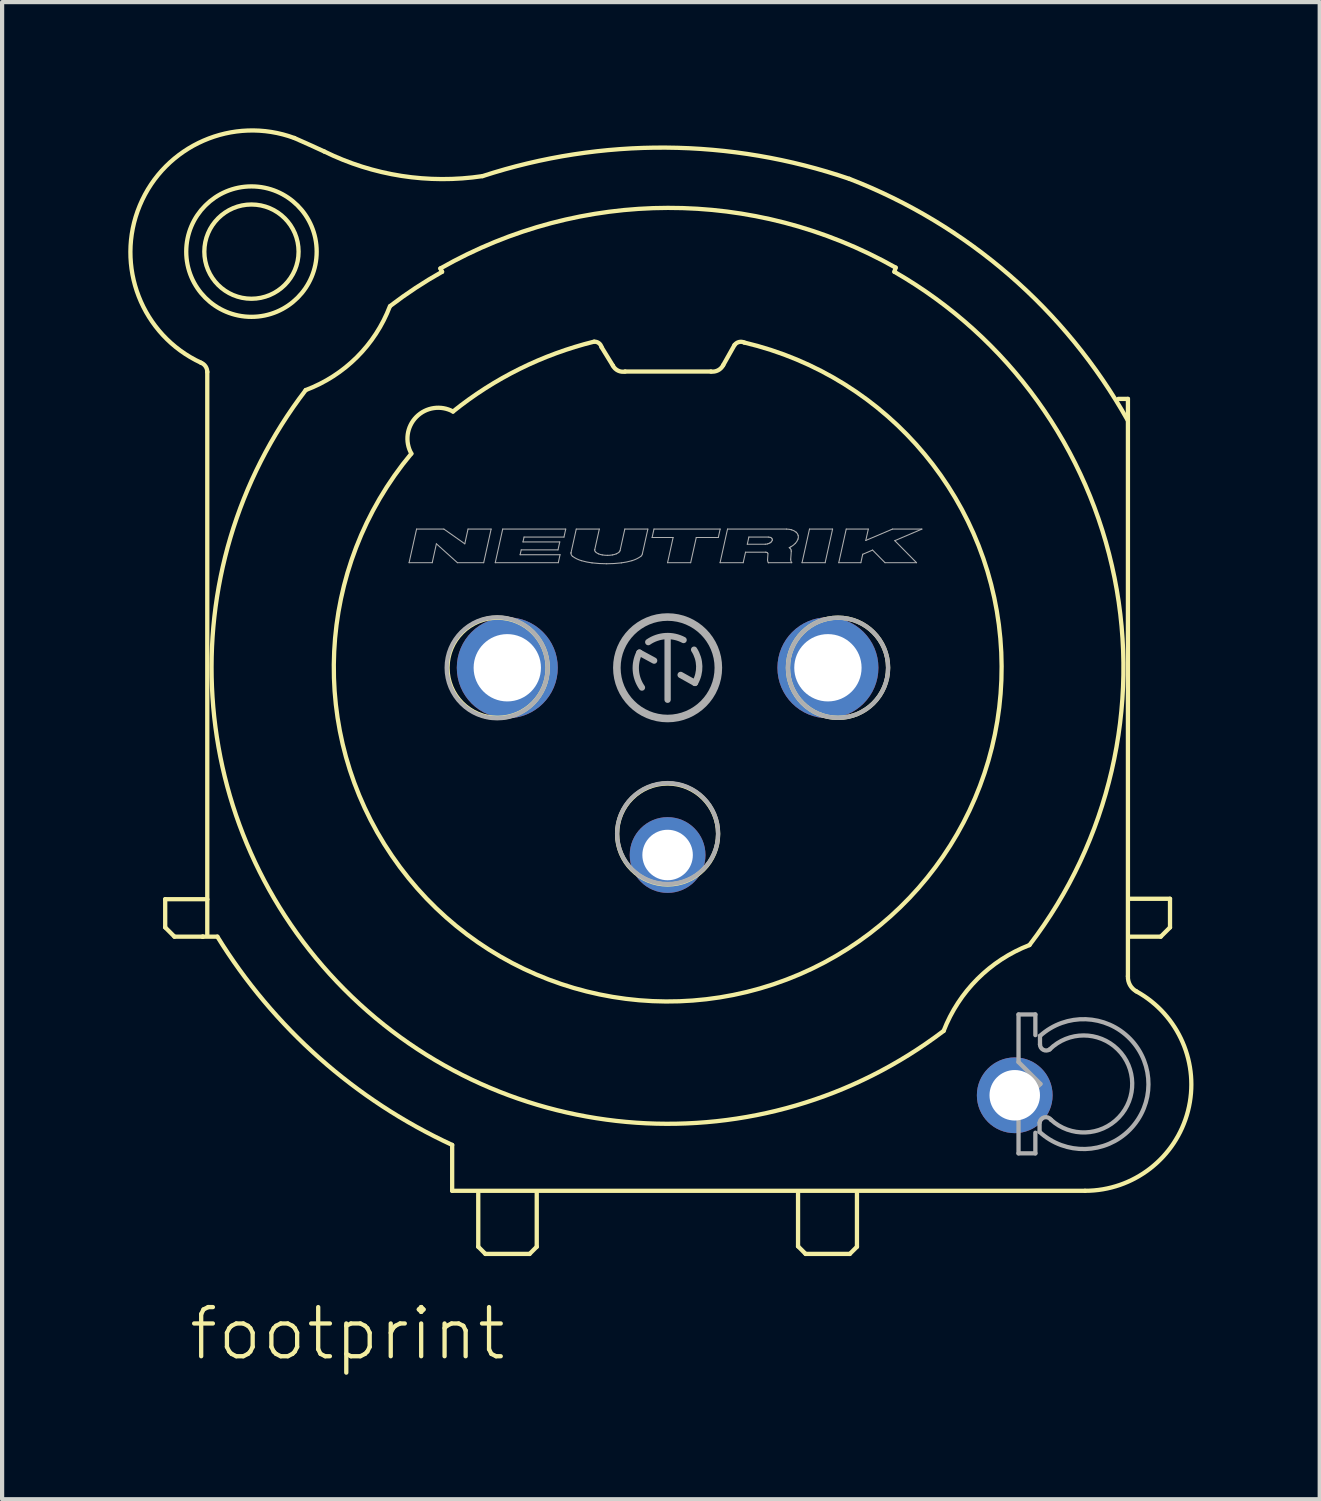
<source format=kicad_pcb>
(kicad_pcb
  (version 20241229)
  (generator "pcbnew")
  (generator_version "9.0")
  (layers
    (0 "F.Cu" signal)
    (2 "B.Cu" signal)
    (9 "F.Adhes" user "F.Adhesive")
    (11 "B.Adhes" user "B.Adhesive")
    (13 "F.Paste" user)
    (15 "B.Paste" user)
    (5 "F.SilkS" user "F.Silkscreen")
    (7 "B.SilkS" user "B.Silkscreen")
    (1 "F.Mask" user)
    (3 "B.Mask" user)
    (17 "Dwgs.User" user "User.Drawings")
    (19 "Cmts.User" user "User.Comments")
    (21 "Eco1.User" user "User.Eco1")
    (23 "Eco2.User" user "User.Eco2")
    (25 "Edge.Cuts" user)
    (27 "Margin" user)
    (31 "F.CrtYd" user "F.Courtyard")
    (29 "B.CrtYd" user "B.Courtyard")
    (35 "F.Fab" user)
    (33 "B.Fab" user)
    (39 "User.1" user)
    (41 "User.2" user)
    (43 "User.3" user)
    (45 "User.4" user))
  (footprint "footprint"
    (layer "F.Cu")
    (at 12.816 12.82)
    (property "Reference" "footprint" (at -11.43 16.51 0) (layer "F.SilkS") (effects (font (size 1.168 1.168) (thickness 0.102)) (justify left bottom)))
    (fp_line (start -11.94 5.5) (end -10.94 5.5) (stroke (width 0.102) (type solid)) (layer "F.SilkS"))
    (fp_line (start -11.94 6.17) (end -11.94 5.5) (stroke (width 0.102) (type solid)) (layer "F.SilkS"))
    (fp_line (start -11.72 6.39) (end -11.94 6.17) (stroke (width 0.102) (type solid)) (layer "F.SilkS"))
    (fp_line (start -11.05 6.39) (end -11.72 6.39) (stroke (width 0.102) (type solid)) (layer "F.SilkS"))
    (fp_line (start -11.05 6.39) (end -10.7 6.39) (stroke (width 0.102) (type solid)) (layer "F.SilkS"))
    (fp_line (start -11.04 6.39) (end -11.05 6.39) (stroke (width 0.102) (type solid)) (layer "F.SilkS"))
    (fp_line (start -10.94 5.5) (end -10.94 -7.03) (stroke (width 0.102) (type solid)) (layer "F.SilkS"))
    (fp_line (start -10.94 6.35) (end -10.94 5.52) (stroke (width 0.102) (type solid)) (layer "F.SilkS"))
    (fp_line (start -5.4 -9.49) (end -5.36 -9.41) (stroke (width 0.102) (type solid)) (layer "F.SilkS"))
    (fp_line (start -5.12 11.34) (end -5.12 12.43) (stroke (width 0.102) (type solid)) (layer "F.SilkS"))
    (fp_line (start -5.12 12.43) (end 9.92 12.43) (stroke (width 0.102) (type solid)) (layer "F.SilkS"))
    (fp_line (start -4.5 12.49) (end -4.5 13.76) (stroke (width 0.102) (type solid)) (layer "F.SilkS"))
    (fp_line (start -4.5 13.76) (end -4.33 13.93) (stroke (width 0.102) (type solid)) (layer "F.SilkS"))
    (fp_line (start -4.33 13.93) (end -3.28 13.93) (stroke (width 0.102) (type solid)) (layer "F.SilkS"))
    (fp_line (start -3.28 13.93) (end -3.11 13.76) (stroke (width 0.102) (type solid)) (layer "F.SilkS"))
    (fp_line (start -3.11 13.76) (end -3.11 12.47) (stroke (width 0.102) (type solid)) (layer "F.SilkS"))
    (fp_line (start -1.3 -7.18) (end -1.57 -7.62) (stroke (width 0.102) (type solid)) (layer "F.SilkS"))
    (fp_line (start 1.03 -7.04) (end -1.01 -7.04) (stroke (width 0.102) (type solid)) (layer "F.SilkS"))
    (fp_line (start 1.59 -7.67) (end 1.32 -7.19) (stroke (width 0.102) (type solid)) (layer "F.SilkS"))
    (fp_line (start 3.1 12.49) (end 3.1 13.75) (stroke (width 0.102) (type solid)) (layer "F.SilkS"))
    (fp_line (start 3.1 13.75) (end 3.28 13.93) (stroke (width 0.102) (type solid)) (layer "F.SilkS"))
    (fp_line (start 3.28 13.93) (end 4.33 13.93) (stroke (width 0.102) (type solid)) (layer "F.SilkS"))
    (fp_line (start 4.33 13.93) (end 4.5 13.76) (stroke (width 0.102) (type solid)) (layer "F.SilkS"))
    (fp_line (start 4.5 13.76) (end 4.5 12.48) (stroke (width 0.102) (type solid)) (layer "F.SilkS"))
    (fp_line (start 5.39 -9.41) (end 5.42 -9.51) (stroke (width 0.102) (type solid)) (layer "F.SilkS"))
    (fp_line (start 10.94 -6.39) (end 10.71 -6.39) (stroke (width 0.102) (type solid)) (layer "F.SilkS"))
    (fp_line (start 10.94 7.33) (end 10.94 -6.39) (stroke (width 0.102) (type solid)) (layer "F.SilkS"))
    (fp_line (start 10.99 6.39) (end 11.72 6.39) (stroke (width 0.102) (type solid)) (layer "F.SilkS"))
    (fp_line (start 11.72 6.39) (end 11.94 6.17) (stroke (width 0.102) (type solid)) (layer "F.SilkS"))
    (fp_line (start 11.94 5.49) (end 10.99 5.49) (stroke (width 0.102) (type solid)) (layer "F.SilkS"))
    (fp_line (start 11.94 6.17) (end 11.94 5.49) (stroke (width 0.102) (type solid)) (layer "F.SilkS"))
    (fp_arc (start -11.090001 -7.25) (mid -10.981063 -7.163139) (end -10.94 -7.03) (stroke (width 0.1016) (type solid)) (layer "F.SilkS"))
    (fp_arc (start -11.09 -7.25) (mid -12.543512 -10.985729) (end -8.87 -12.59) (stroke (width 0.1016) (type solid)) (layer "F.SilkS"))
    (fp_arc (start -8.87 -12.59) (mid -8.514255 -12.431652) (end -8.16 -12.27) (stroke (width 0.1016) (type solid)) (layer "F.SilkS"))
    (fp_arc (start -6.600001 -8.589999) (mid -7.385884 -7.379807) (end -8.6 -6.6) (stroke (width 0.1016) (type solid)) (layer "F.SilkS"))
    (fp_arc (start -6.59 -8.6) (mid -5.989419 -9.026896) (end -5.36 -9.41) (stroke (width 0.1016) (type solid)) (layer "F.SilkS"))
    (fp_arc (start -6.09 -5.09) (mid -5.970889 -5.96213) (end -5.1 -6.09) (stroke (width 0.1016) (type solid)) (layer "F.SilkS"))
    (fp_arc (start -5.4 -9.49) (mid 0.007357 -10.929608) (end 5.42 -9.51) (stroke (width 0.1016) (type solid)) (layer "F.SilkS"))
    (fp_arc (start -5.12 11.34) (mid -8.274827 9.27626) (end -10.7 6.39) (stroke (width 0.1016) (type solid)) (layer "F.SilkS"))
    (fp_arc (start -5.1 -6.09) (mid -3.515654 -7.102947) (end -1.75 -7.75) (stroke (width 0.1016) (type solid)) (layer "F.SilkS"))
    (fp_arc (start -4.3995 -11.6841) (mid -6.324542 -11.689559) (end -8.16 -12.27) (stroke (width 0.1016) (type solid)) (layer "F.SilkS"))
    (fp_arc (start -4.3975 -11.6846) (mid -0.033884 -12.361644) (end 4.3192 -11.6199) (stroke (width 0.1016) (type solid)) (layer "F.SilkS"))
    (fp_arc (start -1.739999 -7.749999) (mid -1.632374 -7.714587) (end -1.57 -7.62) (stroke (width 0.1016) (type solid)) (layer "F.SilkS"))
    (fp_arc (start -1.01 -7.04) (mid -1.178221 -7.061899) (end -1.299999 -7.18) (stroke (width 0.1016) (type solid)) (layer "F.SilkS"))
    (fp_arc (start 1.32 -7.19) (mid 1.198655 -7.069267) (end 1.03 -7.04) (stroke (width 0.1016) (type solid)) (layer "F.SilkS"))
    (fp_arc (start 1.59 -7.67) (mid 1.694294 -7.741041) (end 1.82 -7.73) (stroke (width 0.1016) (type solid)) (layer "F.SilkS"))
    (fp_arc (start 1.820001 -7.729999) (mid 2.514914 7.522132) (end -6.09 -5.09) (stroke (width 0.1016) (type solid)) (layer "F.SilkS"))
    (fp_arc (start 4.3216 -11.6192) (mid 8.124315 -9.329617) (end 10.929999 -5.89) (stroke (width 0.1016) (type solid)) (layer "F.SilkS"))
    (fp_arc (start 5.390001 -9.409999) (mid 10.621564 -2.137578) (end 8.6 6.59) (stroke (width 0.1016) (type solid)) (layer "F.SilkS"))
    (fp_arc (start 6.559998 8.630002) (mid -7.680583 7.644968) (end -8.6 -6.6) (stroke (width 0.1016) (type solid)) (layer "F.SilkS"))
    (fp_arc (start 6.56 8.63) (mid 7.3644 7.3944) (end 8.6 6.59) (stroke (width 0.1016) (type solid)) (layer "F.SilkS"))
    (fp_arc (start 11.14 7.689999) (mid 12.367244 10.532876) (end 9.92 12.43) (stroke (width 0.1016) (type solid)) (layer "F.SilkS"))
    (fp_arc (start 11.14 7.69) (mid 10.988255 7.538747) (end 10.94 7.33) (stroke (width 0.1016) (type solid)) (layer "F.SilkS"))
    (fp_circle (center -9.89 -9.89) (end -8.77 -9.89) (stroke (width 0.102) (type solid)) (fill no) (layer "F.SilkS"))
    (fp_circle (center -9.89 -9.89) (end -8.34 -9.89) (stroke (width 0.102) (type solid)) (fill no) (layer "F.SilkS"))
    (fp_circle (center -4.04 0) (end -2.85 0) (stroke (width 0.102) (type solid)) (fill no) (layer "F.SilkS"))
    (fp_circle (center 0 3.95) (end 1.2 3.95) (stroke (width 0.102) (type solid)) (fill no) (layer "F.SilkS"))
    (fp_circle (center 4.05 0) (end 5.24 0) (stroke (width 0.102) (type solid)) (fill no) (layer "F.SilkS"))
    (fp_line (start -6.144 -2.497) (end -5.966 -3.296) (stroke (width 0.025) (type solid)) (layer "F.Fab"))
    (fp_line (start -6.144 -2.497) (end -5.594 -2.497) (stroke (width 0.025) (type solid)) (layer "F.Fab"))
    (fp_line (start -5.966 -3.296) (end -5.317 -3.296) (stroke (width 0.025) (type solid)) (layer "F.Fab"))
    (fp_line (start -5.594 -2.497) (end -5.495 -2.946) (stroke (width 0.025) (type solid)) (layer "F.Fab"))
    (fp_line (start -5.495 -2.946) (end -4.995 -2.497) (stroke (width 0.025) (type solid)) (layer "F.Fab"))
    (fp_line (start -5.317 -3.296) (end -4.82 -2.946) (stroke (width 0.025) (type solid)) (layer "F.Fab"))
    (fp_line (start -4.995 -2.497) (end -4.371 -2.497) (stroke (width 0.025) (type solid)) (layer "F.Fab"))
    (fp_line (start -4.82 -2.946) (end -4.743 -3.296) (stroke (width 0.025) (type solid)) (layer "F.Fab"))
    (fp_line (start -4.743 -3.296) (end -4.194 -3.296) (stroke (width 0.025) (type solid)) (layer "F.Fab"))
    (fp_line (start -4.371 -2.497) (end -4.194 -3.296) (stroke (width 0.025) (type solid)) (layer "F.Fab"))
    (fp_line (start -4.096 -2.497) (end -3.919 -3.296) (stroke (width 0.025) (type solid)) (layer "F.Fab"))
    (fp_line (start -4.096 -2.497) (end -2.598 -2.497) (stroke (width 0.025) (type solid)) (layer "F.Fab"))
    (fp_line (start -3.919 -3.296) (end -2.421 -3.296) (stroke (width 0.025) (type solid)) (layer "F.Fab"))
    (fp_line (start -3.505 -2.687) (end -3.479 -2.802) (stroke (width 0.025) (type solid)) (layer "F.Fab"))
    (fp_line (start -3.505 -2.687) (end -2.556 -2.687) (stroke (width 0.025) (type solid)) (layer "F.Fab"))
    (fp_line (start -3.479 -2.802) (end -2.605 -2.802) (stroke (width 0.025) (type solid)) (layer "F.Fab"))
    (fp_line (start -3.437 -2.991) (end -3.412 -3.106) (stroke (width 0.025) (type solid)) (layer "F.Fab"))
    (fp_line (start -3.437 -2.991) (end -2.563 -2.991) (stroke (width 0.025) (type solid)) (layer "F.Fab"))
    (fp_line (start -3.412 -3.106) (end -2.463 -3.106) (stroke (width 0.025) (type solid)) (layer "F.Fab"))
    (fp_line (start -2.605 -2.802) (end -2.563 -2.991) (stroke (width 0.025) (type solid)) (layer "F.Fab"))
    (fp_line (start -2.598 -2.497) (end -2.556 -2.687) (stroke (width 0.025) (type solid)) (layer "F.Fab"))
    (fp_line (start -2.463 -3.106) (end -2.421 -3.296) (stroke (width 0.025) (type solid)) (layer "F.Fab"))
    (fp_line (start -2.294 -2.741) (end -2.171 -3.296) (stroke (width 0.025) (type solid)) (layer "F.Fab"))
    (fp_line (start -2.171 -3.296) (end -1.623 -3.296) (stroke (width 0.025) (type solid)) (layer "F.Fab"))
    (fp_line (start -1.731 -2.81) (end -1.623 -3.296) (stroke (width 0.025) (type solid)) (layer "F.Fab"))
    (fp_line (start -1.13 -2.784) (end -1.017 -3.296) (stroke (width 0.025) (type solid)) (layer "F.Fab"))
    (fp_line (start -1.017 -3.296) (end -0.469 -3.296) (stroke (width 0.025) (type solid)) (layer "F.Fab"))
    (fp_line (start -0.67 -0.36) (end -0.32 -0.17) (stroke (width 0.15) (type solid)) (layer "F.Fab"))
    (fp_line (start -0.601 -2.702) (end -0.469 -3.296) (stroke (width 0.025) (type solid)) (layer "F.Fab"))
    (fp_line (start -0.368 -3.096) (end -0.324 -3.296) (stroke (width 0.025) (type solid)) (layer "F.Fab"))
    (fp_line (start -0.368 -3.096) (end 0.131 -3.096) (stroke (width 0.025) (type solid)) (layer "F.Fab"))
    (fp_line (start -0.324 -3.296) (end 1.249 -3.296) (stroke (width 0.025) (type solid)) (layer "F.Fab"))
    (fp_line (start -0.001 -2.497) (end 0.131 -3.096) (stroke (width 0.025) (type solid)) (layer "F.Fab"))
    (fp_line (start -0.001 -2.497) (end 0.548 -2.497) (stroke (width 0.025) (type solid)) (layer "F.Fab"))
    (fp_line (start 0 0.76) (end 0 -0.74) (stroke (width 0.15) (type solid)) (layer "F.Fab"))
    (fp_line (start 0.31 0.17) (end 0.65 0.36) (stroke (width 0.15) (type solid)) (layer "F.Fab"))
    (fp_line (start 0.548 -2.497) (end 0.681 -3.096) (stroke (width 0.025) (type solid)) (layer "F.Fab"))
    (fp_line (start 0.681 -3.096) (end 1.205 -3.096) (stroke (width 0.025) (type solid)) (layer "F.Fab"))
    (fp_line (start 1.205 -3.096) (end 1.249 -3.296) (stroke (width 0.025) (type solid)) (layer "F.Fab"))
    (fp_line (start 1.247 -2.497) (end 1.424 -3.296) (stroke (width 0.025) (type solid)) (layer "F.Fab"))
    (fp_line (start 1.247 -2.497) (end 1.796 -2.497) (stroke (width 0.025) (type solid)) (layer "F.Fab"))
    (fp_line (start 1.424 -3.296) (end 2.826 -3.296) (stroke (width 0.025) (type solid)) (layer "F.Fab"))
    (fp_line (start 1.796 -2.497) (end 1.852 -2.747) (stroke (width 0.025) (type solid)) (layer "F.Fab"))
    (fp_line (start 1.852 -2.747) (end 2.328 -2.747) (stroke (width 0.025) (type solid)) (layer "F.Fab"))
    (fp_line (start 1.894 -2.936) (end 1.931 -3.106) (stroke (width 0.025) (type solid)) (layer "F.Fab"))
    (fp_line (start 1.894 -2.936) (end 2.321 -2.936) (stroke (width 0.025) (type solid)) (layer "F.Fab"))
    (fp_line (start 1.931 -3.106) (end 2.394 -3.106) (stroke (width 0.025) (type solid)) (layer "F.Fab"))
    (fp_line (start 2.375 -2.561) (end 2.385 -2.707) (stroke (width 0.025) (type solid)) (layer "F.Fab"))
    (fp_line (start 2.394 -2.497) (end 2.394 -2.497) (stroke (width 0.025) (type solid)) (layer "F.Fab"))
    (fp_line (start 2.394 -2.497) (end 2.95 -2.497) (stroke (width 0.025) (type solid)) (layer "F.Fab"))
    (fp_line (start 2.926 -2.581) (end 2.939 -2.767) (stroke (width 0.025) (type solid)) (layer "F.Fab"))
    (fp_line (start 3.195 -2.497) (end 3.372 -3.296) (stroke (width 0.025) (type solid)) (layer "F.Fab"))
    (fp_line (start 3.195 -2.497) (end 3.744 -2.497) (stroke (width 0.025) (type solid)) (layer "F.Fab"))
    (fp_line (start 3.372 -3.296) (end 3.921 -3.296) (stroke (width 0.025) (type solid)) (layer "F.Fab"))
    (fp_line (start 3.744 -2.497) (end 3.921 -3.296) (stroke (width 0.025) (type solid)) (layer "F.Fab"))
    (fp_line (start 4.068 -2.497) (end 4.245 -3.296) (stroke (width 0.025) (type solid)) (layer "F.Fab"))
    (fp_line (start 4.068 -2.497) (end 4.593 -2.497) (stroke (width 0.025) (type solid)) (layer "F.Fab"))
    (fp_line (start 4.245 -3.296) (end 4.77 -3.296) (stroke (width 0.025) (type solid)) (layer "F.Fab"))
    (fp_line (start 4.593 -2.497) (end 4.637 -2.697) (stroke (width 0.025) (type solid)) (layer "F.Fab"))
    (fp_line (start 4.637 -2.697) (end 4.871 -2.797) (stroke (width 0.025) (type solid)) (layer "F.Fab"))
    (fp_line (start 4.71 -3.026) (end 4.77 -3.296) (stroke (width 0.025) (type solid)) (layer "F.Fab"))
    (fp_line (start 4.71 -3.026) (end 5.344 -3.296) (stroke (width 0.025) (type solid)) (layer "F.Fab"))
    (fp_line (start 4.871 -2.797) (end 5.167 -2.497) (stroke (width 0.025) (type solid)) (layer "F.Fab"))
    (fp_line (start 5.167 -2.497) (end 5.916 -2.497) (stroke (width 0.025) (type solid)) (layer "F.Fab"))
    (fp_line (start 5.344 -3.296) (end 6.043 -3.296) (stroke (width 0.025) (type solid)) (layer "F.Fab"))
    (fp_line (start 5.399 -3.021) (end 5.916 -2.497) (stroke (width 0.025) (type solid)) (layer "F.Fab"))
    (fp_line (start 5.399 -3.021) (end 6.043 -3.296) (stroke (width 0.025) (type solid)) (layer "F.Fab"))
    (fp_line (start 8.34 8.24) (end 8.34 9.37) (stroke (width 0.102) (type solid)) (layer "F.Fab"))
    (fp_line (start 8.34 8.24) (end 8.74 8.24) (stroke (width 0.102) (type solid)) (layer "F.Fab"))
    (fp_line (start 8.34 9.37) (end 8.86 9.89) (stroke (width 0.102) (type solid)) (layer "F.Fab"))
    (fp_line (start 8.34 10.41) (end 8.34 11.54) (stroke (width 0.102) (type solid)) (layer "F.Fab"))
    (fp_line (start 8.34 11.54) (end 8.74 11.54) (stroke (width 0.102) (type solid)) (layer "F.Fab"))
    (fp_line (start 8.74 8.24) (end 8.74 8.73) (stroke (width 0.102) (type solid)) (layer "F.Fab"))
    (fp_line (start 8.74 11.54) (end 8.74 11.05) (stroke (width 0.102) (type solid)) (layer "F.Fab"))
    (fp_line (start 8.84 11.03) (end 8.84 10.82) (stroke (width 0.102) (type solid)) (layer "F.Fab"))
    (fp_line (start 8.85 8.75) (end 8.85 8.95) (stroke (width 0.102) (type solid)) (layer "F.Fab"))
    (fp_line (start 8.86 9.89) (end 8.34 10.41) (stroke (width 0.102) (type solid)) (layer "F.Fab"))
    (fp_arc (start -2.2964 -2.7217) (mid -2.295867 -2.731456) (end -2.2943 -2.7411) (stroke (width 0.0254) (type solid)) (layer "F.Fab"))
    (fp_arc (start -2.2578 -2.6471) (mid -2.286121 -2.679718) (end -2.2963 -2.7217) (stroke (width 0.0254) (type solid)) (layer "F.Fab"))
    (fp_arc (start -2.0477 -2.5452) (mid -2.156985 -2.587418) (end -2.2578 -2.6471) (stroke (width 0.0254) (type solid)) (layer "F.Fab"))
    (fp_arc (start -1.796 -2.4932) (mid -1.922923 -2.514007) (end -2.0477 -2.5452) (stroke (width 0.0254) (type solid)) (layer "F.Fab"))
    (fp_arc (start -1.7326 -2.7966) (mid -1.732234 -2.803244) (end -1.7311 -2.8098) (stroke (width 0.0254) (type solid)) (layer "F.Fab"))
    (fp_arc (start -1.715901 -2.7561) (mid -1.728335 -2.774676) (end -1.7327 -2.7966) (stroke (width 0.0254) (type solid)) (layer "F.Fab"))
    (fp_arc (start -1.6443 -2.7083) (mid -1.682454 -2.728675) (end -1.7159 -2.7561) (stroke (width 0.0254) (type solid)) (layer "F.Fab"))
    (fp_arc (start -1.5538 -2.6822) (mid -1.599779 -2.692723) (end -1.6443 -2.7083) (stroke (width 0.0254) (type solid)) (layer "F.Fab"))
    (fp_arc (start -1.4474 -2.4721) (mid -1.62202 -2.477365) (end -1.796 -2.4932) (stroke (width 0.0254) (type solid)) (layer "F.Fab"))
    (fp_arc (start -1.4308 -2.6718) (mid -1.492521 -2.674388) (end -1.5538 -2.6822) (stroke (width 0.0254) (type solid)) (layer "F.Fab"))
    (fp_arc (start -1.3079 -2.6822) (mid -1.369129 -2.67439) (end -1.4308 -2.6718) (stroke (width 0.0254) (type solid)) (layer "F.Fab"))
    (fp_arc (start -1.2174 -2.7083) (mid -1.261921 -2.692723) (end -1.3079 -2.6822) (stroke (width 0.0254) (type solid)) (layer "F.Fab"))
    (fp_arc (start -1.1458 -2.7561) (mid -1.179246 -2.728674) (end -1.2174 -2.7083) (stroke (width 0.0254) (type solid)) (layer "F.Fab"))
    (fp_arc (start -1.1304 -2.783899) (mid -1.136132 -2.768909) (end -1.1458 -2.7561) (stroke (width 0.0254) (type solid)) (layer "F.Fab"))
    (fp_arc (start -1.0989 -2.4931) (mid -1.27283 -2.477266) (end -1.4474 -2.472) (stroke (width 0.0254) (type solid)) (layer "F.Fab"))
    (fp_arc (start -0.8472 -2.5452) (mid -0.971977 -2.514007) (end -1.0989 -2.4932) (stroke (width 0.0254) (type solid)) (layer "F.Fab"))
    (fp_arc (start -0.6371 -2.6471) (mid -0.737916 -2.587421) (end -0.8472 -2.5452) (stroke (width 0.0254) (type solid)) (layer "F.Fab"))
    (fp_arc (start -0.61 0.47) (mid -0.754745 0.063295) (end -0.670001 -0.359999) (stroke (width 0.15) (type solid)) (layer "F.Fab"))
    (fp_arc (start -0.6007 -2.7023) (mid -0.613738 -2.671296) (end -0.6371 -2.6471) (stroke (width 0.0254) (type solid)) (layer "F.Fab"))
    (fp_arc (start -0.46 -0.61) (mid -0.047007 -0.752716) (end 0.38 -0.66) (stroke (width 0.15) (type solid)) (layer "F.Fab"))
    (fp_arc (start 0.63 -0.429999) (mid 0.752066 -0.037837) (end 0.65 0.36) (stroke (width 0.15) (type solid)) (layer "F.Fab"))
    (fp_arc (start 2.3283 -2.7467) (mid 2.340566 -2.745829) (end 2.3526 -2.7433) (stroke (width 0.0254) (type solid)) (layer "F.Fab"))
    (fp_arc (start 2.3526 -2.7432) (mid 2.364222 -2.738519) (end 2.3746 -2.7315) (stroke (width 0.0254) (type solid)) (layer "F.Fab"))
    (fp_arc (start 2.3746 -2.7315) (mid 2.380482 -2.724772) (end 2.3841 -2.7166) (stroke (width 0.0254) (type solid)) (layer "F.Fab"))
    (fp_arc (start 2.3785 -2.9442) (mid 2.349756 -2.938398) (end 2.3205 -2.9364) (stroke (width 0.0254) (type solid)) (layer "F.Fab"))
    (fp_arc (start 2.3943 -2.497) (mid 2.380142 -2.527484) (end 2.375 -2.5607) (stroke (width 0.0254) (type solid)) (layer "F.Fab"))
    (fp_arc (start 2.3944 -3.1062) (mid 2.414793 -3.104721) (end 2.4348 -3.1005) (stroke (width 0.0254) (type solid)) (layer "F.Fab"))
    (fp_arc (start 2.4288 -2.9645) (mid 2.404263 -2.952875) (end 2.3785 -2.9443) (stroke (width 0.0254) (type solid)) (layer "F.Fab"))
    (fp_arc (start 2.4348 -3.1005) (mid 2.454244 -3.09272) (end 2.4716 -3.081) (stroke (width 0.0254) (type solid)) (layer "F.Fab"))
    (fp_arc (start 2.4641 -2.9914) (mid 2.447446 -2.976643) (end 2.4288 -2.9645) (stroke (width 0.0254) (type solid)) (layer "F.Fab"))
    (fp_arc (start 2.471599 -3.081) (mid 2.481397 -3.069754) (end 2.4874 -3.0561) (stroke (width 0.0254) (type solid)) (layer "F.Fab"))
    (fp_arc (start 2.4861 -3.0267) (mid 2.476985 -3.007875) (end 2.4641 -2.9914) (stroke (width 0.0254) (type solid)) (layer "F.Fab"))
    (fp_arc (start 2.4874 -3.056101) (mid 2.488998 -3.041301) (end 2.4861 -3.0267) (stroke (width 0.0254) (type solid)) (layer "F.Fab"))
    (fp_arc (start 2.8259 -3.296) (mid 2.886677 -3.291588) (end 2.9463 -3.279) (stroke (width 0.0254) (type solid)) (layer "F.Fab"))
    (fp_arc (start 2.8917 -2.8549) (mid 2.899191 -2.849485) (end 2.9064 -2.8437) (stroke (width 0.0254) (type solid)) (layer "F.Fab"))
    (fp_arc (start 2.9064 -2.8437) (mid 2.924646 -2.822802) (end 2.9358 -2.7974) (stroke (width 0.0254) (type solid)) (layer "F.Fab"))
    (fp_arc (start 2.9282 -2.8737) (mid 2.910094 -2.86407) (end 2.8917 -2.855) (stroke (width 0.0254) (type solid)) (layer "F.Fab"))
    (fp_arc (start 2.9358 -2.7974) (mid 2.93855 -2.782173) (end 2.9387 -2.7667) (stroke (width 0.0254) (type solid)) (layer "F.Fab"))
    (fp_arc (start 2.9463 -3.279) (mid 3.004211 -3.255758) (end 3.0559 -3.2208) (stroke (width 0.0254) (type solid)) (layer "F.Fab"))
    (fp_arc (start 2.950299 -2.497) (mid 2.930466 -2.536583) (end 2.9257 -2.5806) (stroke (width 0.0254) (type solid)) (layer "F.Fab"))
    (fp_arc (start 3.0334 -2.9539) (mid 2.983769 -2.909906) (end 2.9282 -2.8737) (stroke (width 0.0254) (type solid)) (layer "F.Fab"))
    (fp_arc (start 3.0559 -3.2208) (mid 3.085071 -3.187347) (end 3.1029 -3.1467) (stroke (width 0.0254) (type solid)) (layer "F.Fab"))
    (fp_arc (start 3.0992 -3.0591) (mid 3.071923 -3.002983) (end 3.0334 -2.9539) (stroke (width 0.0254) (type solid)) (layer "F.Fab"))
    (fp_arc (start 3.102899 -3.1467) (mid 3.107748 -3.102617) (end 3.0992 -3.0591) (stroke (width 0.0254) (type solid)) (layer "F.Fab"))
    (fp_arc (start 8.839998 10.809999) (mid 8.951546 10.684535) (end 9.11 10.74) (stroke (width 0.1016) (type solid)) (layer "F.Fab"))
    (fp_arc (start 8.85 8.75) (mid 11.428113 9.901329) (end 8.84 11.03) (stroke (width 0.1016) (type solid)) (layer "F.Fab"))
    (fp_arc (start 9.079998 9.069999) (mid 8.928572 9.079818) (end 8.85 8.95) (stroke (width 0.1016) (type solid)) (layer "F.Fab"))
    (fp_arc (start 9.08 9.07) (mid 11.041917 9.870025) (end 9.11 10.74) (stroke (width 0.1016) (type solid)) (layer "F.Fab"))
    (fp_circle (center -4.05 0) (end -2.85 0) (stroke (width 0.102) (type solid)) (fill no) (layer "F.Fab"))
    (fp_circle (center 0 0) (end 1.206 0) (stroke (width 0.18) (type solid)) (fill no) (layer "F.Fab"))
    (fp_circle (center 0 3.94) (end 1.2 3.94) (stroke (width 0.102) (type solid)) (fill no) (layer "F.Fab"))
    (fp_circle (center 4.05 0) (end 5.24 0) (stroke (width 0.102) (type solid)) (fill no) (layer "F.Fab"))
    (pad "1" thru_hole circle (at 3.81 0) (size 2.4 2.4) (drill 1.6) (layers "*.Cu" "*.Mask"))
    (pad "2" thru_hole circle (at -3.81 0) (size 2.4 2.4) (drill 1.6) (layers "*.Cu" "*.Mask"))
    (pad "3" thru_hole circle (at 0 4.45) (size 1.8 1.8) (drill 1.2) (layers "*.Cu" "*.Mask"))
    (pad "G" thru_hole circle (at 8.25 10.16) (size 1.8 1.8) (drill 1.2) (layers "*.Cu" "*.Mask")))
  (gr_rect
    (start -3 -3)
    (end 28.314 32.58)
    (stroke (width 0.1) (type default))
    (fill no)
    (layer "Edge.Cuts")))
</source>
